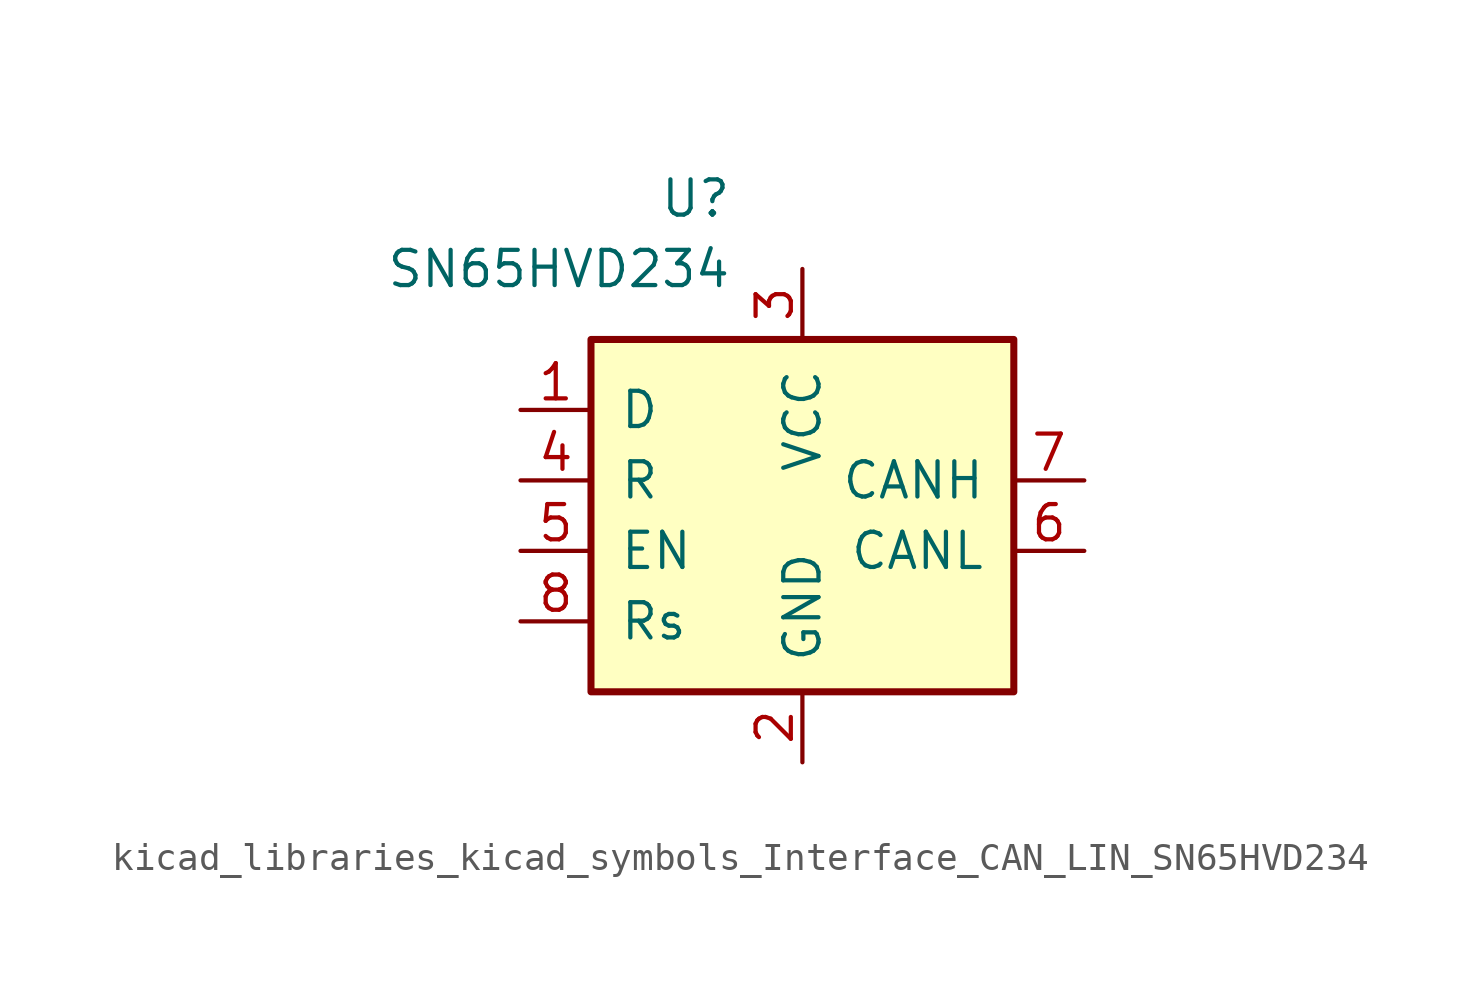
<source format=kicad_sym>
(kicad_symbol_lib
  (version 20220914)
  (generator kicad_symbol_editor)
  (symbol "kicad_libraries_kicad_symbols_Interface_CAN_LIN_SN65HVD234"
    (pin_names
      (offset 1.016))
    (property "Reference" "U"
      (at -2.54 10.16 0)
      (effects (font (size 1.27 1.27)) (justify right)))
    (property "Value" "SN65HVD234"
      (at -2.54 7.62 0)
      (effects (font (size 1.27 1.27)) (justify right)))
    (symbol "kicad_libraries_kicad_symbols_Interface_CAN_LIN_SN65HVD234_0_1"
      (rectangle (start -7.62 5.08) (end 7.62 -7.62) (stroke (width 0.254) (type default)) (fill (type background))))
    (symbol "kicad_libraries_kicad_symbols_Interface_CAN_LIN_SN65HVD234_1_1"
      (pin input line (at -10.16 2.54 0) (length 2.54) (name "D" (effects (font (size 1.27 1.27)))) (number "1" (effects (font (size 1.27 1.27)))))
      (pin power_in line (at 0 -10.16 90) (length 2.54) (name "GND" (effects (font (size 1.27 1.27)))) (number "2" (effects (font (size 1.27 1.27)))))
      (pin power_in line (at 0 7.62 270) (length 2.54) (name "VCC" (effects (font (size 1.27 1.27)))) (number "3" (effects (font (size 1.27 1.27)))))
      (pin output line (at -10.16 0 0) (length 2.54) (name "R" (effects (font (size 1.27 1.27)))) (number "4" (effects (font (size 1.27 1.27)))))
      (pin input line (at -10.16 -2.54 0) (length 2.54) (name "EN" (effects (font (size 1.27 1.27)))) (number "5" (effects (font (size 1.27 1.27)))))
      (pin bidirectional line (at 10.16 -2.54 180) (length 2.54) (name "CANL" (effects (font (size 1.27 1.27)))) (number "6" (effects (font (size 1.27 1.27)))))
      (pin bidirectional line (at 10.16 0 180) (length 2.54) (name "CANH" (effects (font (size 1.27 1.27)))) (number "7" (effects (font (size 1.27 1.27)))))
      (pin input line (at -10.16 -5.08 0) (length 2.54) (name "Rs" (effects (font (size 1.27 1.27)))) (number "8" (effects (font (size 1.27 1.27))))))))
</source>
